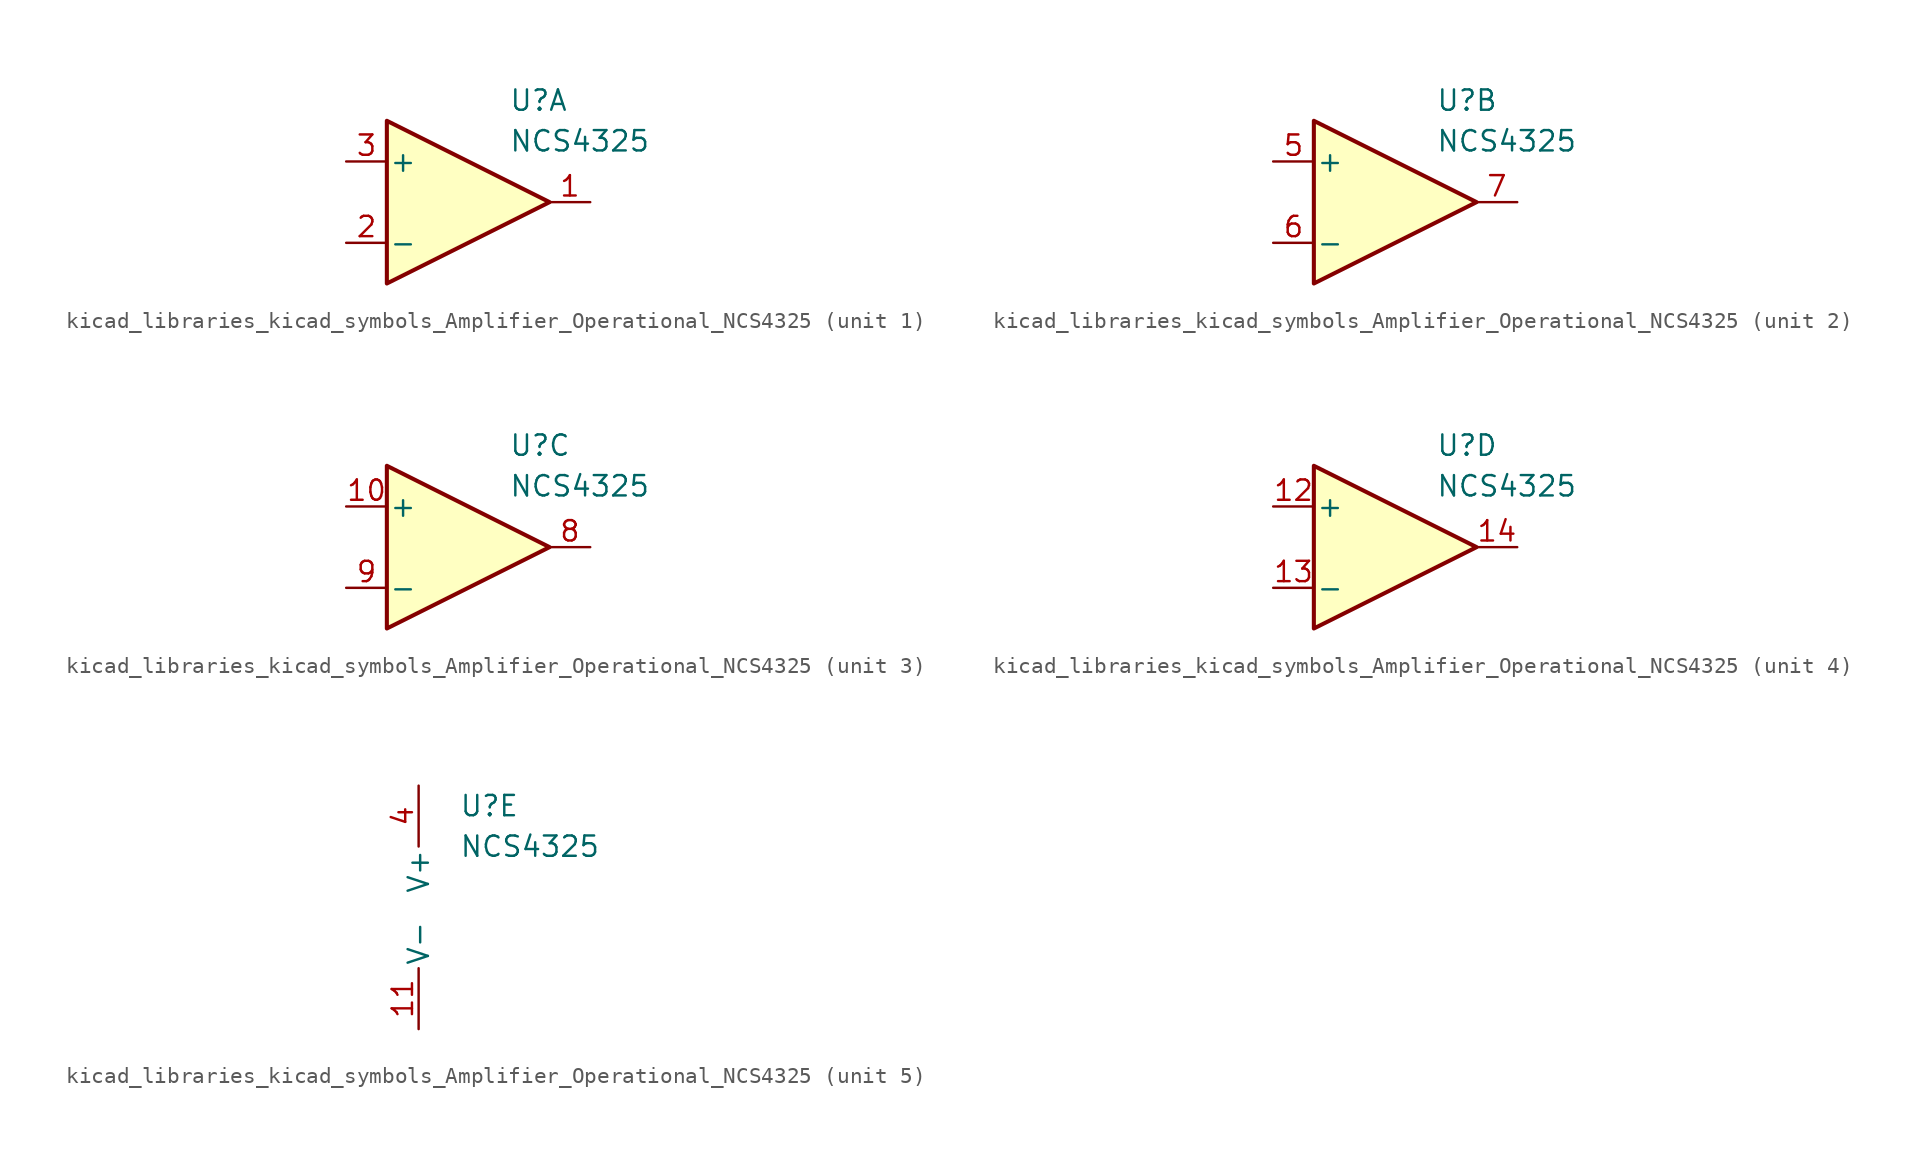
<source format=kicad_sym>
(kicad_symbol_lib
  (version 20220914)
  (generator kicad_symbol_editor)
  (symbol "kicad_libraries_kicad_symbols_Amplifier_Operational_NCS4325"
    (pin_names
      (offset 0.127))
    (property "Reference" "U"
      (at 2.54 6.35 0)
      (effects (font (size 1.27 1.27)) (justify left)))
    (property "Value" "NCS4325"
      (at 2.54 3.81 0)
      (effects (font (size 1.27 1.27)) (justify left)))
    (property "ki_locked" ""
      (at 0 0 0)
      (effects (font (size 1.27 1.27))))
    (symbol "kicad_libraries_kicad_symbols_Amplifier_Operational_NCS4325_1_1"
      (polyline (pts (xy 5.08 0) (xy -5.08 5.08) (xy -5.08 -5.08) (xy 5.08 0)) (stroke (width 0.254) (type default)) (fill (type background)))
      (pin output line (at 7.62 0 180) (length 2.54) (name "~" (effects (font (size 1.27 1.27)))) (number "1" (effects (font (size 1.27 1.27)))))
      (pin input line (at -7.62 -2.54 0) (length 2.54) (name "-" (effects (font (size 1.27 1.27)))) (number "2" (effects (font (size 1.27 1.27)))))
      (pin input line (at -7.62 2.54 0) (length 2.54) (name "+" (effects (font (size 1.27 1.27)))) (number "3" (effects (font (size 1.27 1.27))))))
    (symbol "kicad_libraries_kicad_symbols_Amplifier_Operational_NCS4325_2_1"
      (polyline (pts (xy -5.08 5.08) (xy -5.08 -5.08) (xy 5.08 0) (xy -5.08 5.08)) (stroke (width 0.254) (type default)) (fill (type background)))
      (pin input line (at -7.62 2.54 0) (length 2.54) (name "+" (effects (font (size 1.27 1.27)))) (number "5" (effects (font (size 1.27 1.27)))))
      (pin input line (at -7.62 -2.54 0) (length 2.54) (name "-" (effects (font (size 1.27 1.27)))) (number "6" (effects (font (size 1.27 1.27)))))
      (pin output line (at 7.62 0 180) (length 2.54) (name "~" (effects (font (size 1.27 1.27)))) (number "7" (effects (font (size 1.27 1.27))))))
    (symbol "kicad_libraries_kicad_symbols_Amplifier_Operational_NCS4325_3_1"
      (polyline (pts (xy 5.08 0) (xy -5.08 5.08) (xy -5.08 -5.08) (xy 5.08 0)) (stroke (width 0.254) (type default)) (fill (type background)))
      (pin input line (at -7.62 2.54 0) (length 2.54) (name "+" (effects (font (size 1.27 1.27)))) (number "10" (effects (font (size 1.27 1.27)))))
      (pin output line (at 7.62 0 180) (length 2.54) (name "~" (effects (font (size 1.27 1.27)))) (number "8" (effects (font (size 1.27 1.27)))))
      (pin input line (at -7.62 -2.54 0) (length 2.54) (name "-" (effects (font (size 1.27 1.27)))) (number "9" (effects (font (size 1.27 1.27))))))
    (symbol "kicad_libraries_kicad_symbols_Amplifier_Operational_NCS4325_4_1"
      (polyline (pts (xy -5.08 5.08) (xy 5.08 0) (xy -5.08 -5.08) (xy -5.08 5.08)) (stroke (width 0.254) (type default)) (fill (type background)))
      (pin input line (at -7.62 2.54 0) (length 2.54) (name "+" (effects (font (size 1.27 1.27)))) (number "12" (effects (font (size 1.27 1.27)))))
      (pin input line (at -7.62 -2.54 0) (length 2.54) (name "-" (effects (font (size 1.27 1.27)))) (number "13" (effects (font (size 1.27 1.27)))))
      (pin output line (at 7.62 0 180) (length 2.54) (name "~" (effects (font (size 1.27 1.27)))) (number "14" (effects (font (size 1.27 1.27))))))
    (symbol "kicad_libraries_kicad_symbols_Amplifier_Operational_NCS4325_5_1"
      (pin power_in line (at 0 -7.62 90) (length 3.81) (name "V-" (effects (font (size 1.27 1.27)))) (number "11" (effects (font (size 1.27 1.27)))))
      (pin power_in line (at 0 7.62 270) (length 3.81) (name "V+" (effects (font (size 1.27 1.27)))) (number "4" (effects (font (size 1.27 1.27))))))))
</source>
